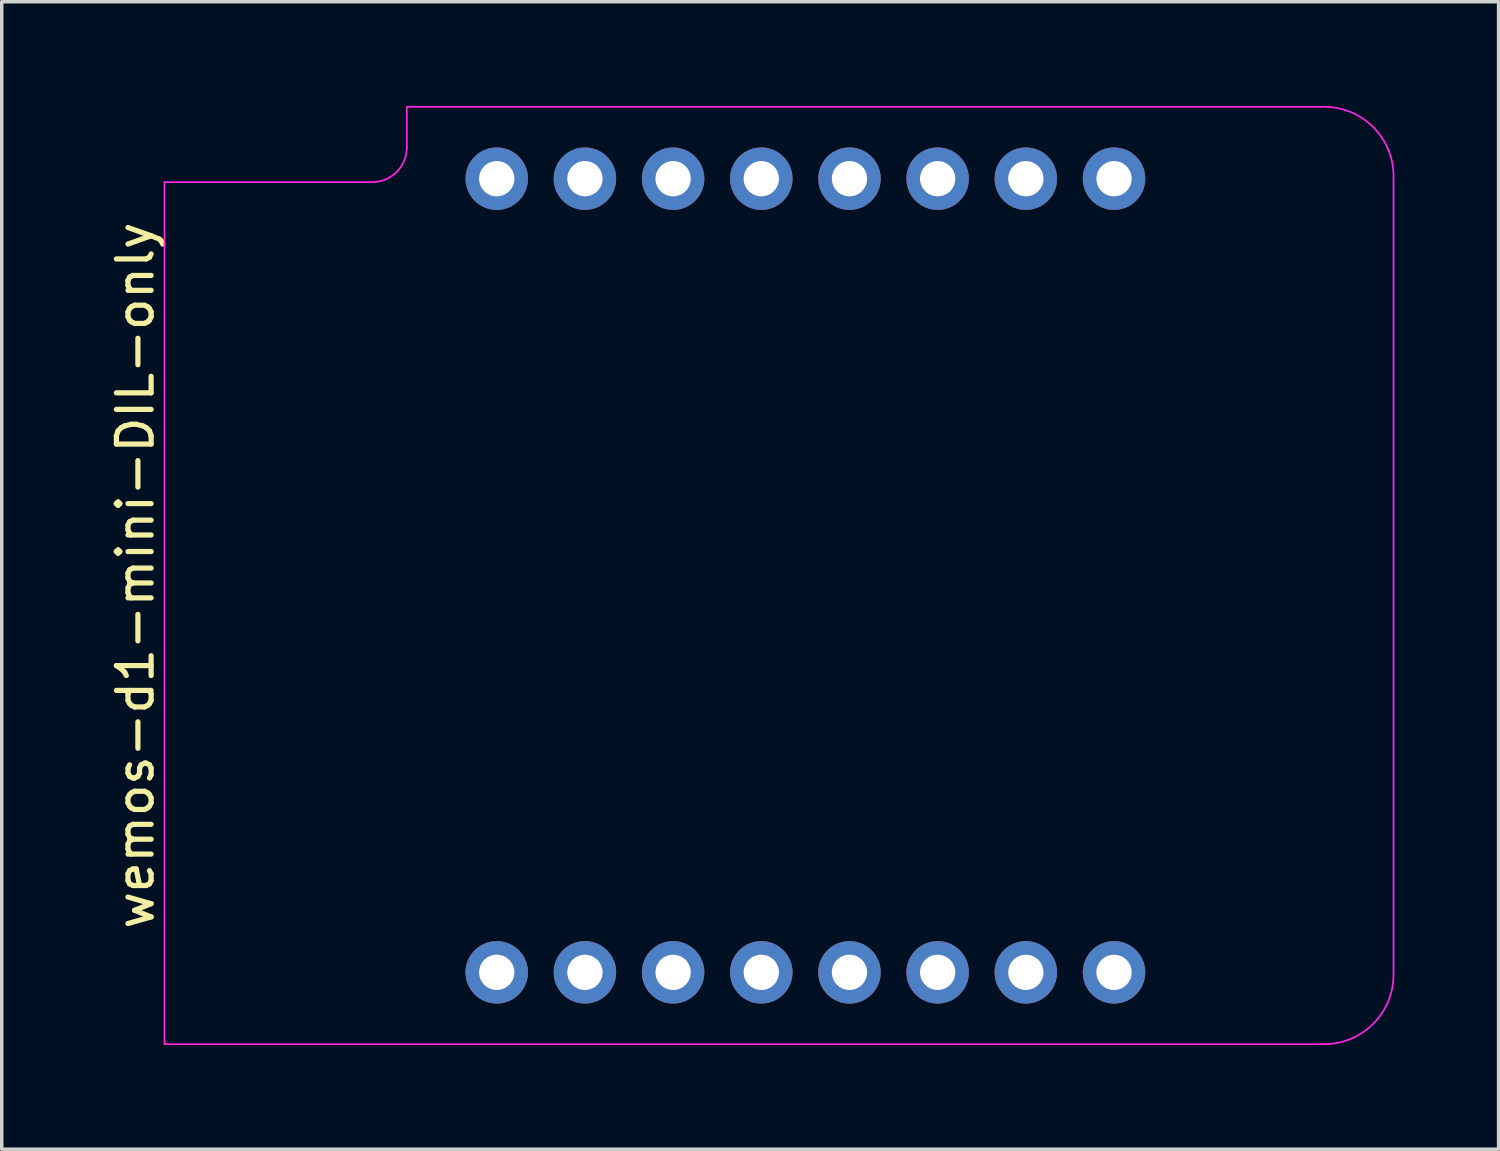
<source format=kicad_pcb>
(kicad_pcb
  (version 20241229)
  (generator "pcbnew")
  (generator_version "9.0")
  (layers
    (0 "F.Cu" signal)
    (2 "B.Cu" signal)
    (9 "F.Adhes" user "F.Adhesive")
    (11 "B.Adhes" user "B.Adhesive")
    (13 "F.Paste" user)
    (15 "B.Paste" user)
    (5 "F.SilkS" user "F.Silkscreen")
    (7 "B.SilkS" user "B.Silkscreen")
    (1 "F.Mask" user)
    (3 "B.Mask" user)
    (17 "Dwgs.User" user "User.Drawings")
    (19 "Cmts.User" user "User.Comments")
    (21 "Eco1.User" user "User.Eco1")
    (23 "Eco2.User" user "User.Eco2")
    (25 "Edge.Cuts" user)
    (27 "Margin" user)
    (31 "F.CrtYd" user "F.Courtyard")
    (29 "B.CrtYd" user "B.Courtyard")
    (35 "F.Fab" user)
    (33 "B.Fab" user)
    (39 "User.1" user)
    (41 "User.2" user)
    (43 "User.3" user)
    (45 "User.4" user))
  (footprint "wemos-d1-mini-DIL-only"
    (layer "F.Cu")
    (at 20.148 13.527)
    (property "Reference" "wemos-d1-mini-DIL-only" (at -19.3 0 90) (layer "F.SilkS") (effects (font (size 1 1) (thickness 0.15))))
    (attr through_hole)
    (fp_line (start -18.46 -11.33) (end -12.48 -11.33) (stroke (width 0.05) (type solid)) (layer "F.CrtYd"))
    (fp_line (start -18.46 13.5) (end -18.46 -11.33) (stroke (width 0.05) (type solid)) (layer "F.CrtYd"))
    (fp_line (start -11.48 -13.5) (end -11.48 -12.33) (stroke (width 0.05) (type solid)) (layer "F.CrtYd"))
    (fp_line (start -11.48 -13.5) (end 14.85 -13.5) (stroke (width 0.05) (type solid)) (layer "F.CrtYd"))
    (fp_line (start 14.94 13.5) (end -18.46 13.5) (stroke (width 0.05) (type solid)) (layer "F.CrtYd"))
    (fp_line (start 16.94 -11.5) (end 16.94 11.5) (stroke (width 0.05) (type solid)) (layer "F.CrtYd"))
    (fp_arc (start -11.48 -12.33) (mid -11.772893 -11.622893) (end -12.48 -11.33) (stroke (width 0.05) (type solid)) (layer "F.CrtYd"))
    (fp_arc (start 14.85 -13.5) (mid 16.323459 -12.947115) (end 16.942024 -11.5) (stroke (width 0.05) (type solid)) (layer "F.CrtYd"))
    (fp_arc (start 16.94 11.5) (mid 16.354214 12.914214) (end 14.94 13.5) (stroke (width 0.05) (type solid)) (layer "F.CrtYd"))
    (pad "1" thru_hole circle (at -8.89 11.43) (size 1.8 1.8) (drill 1.016) (layers "*.Cu" "*.Mask"))
    (pad "2" thru_hole circle (at -6.35 11.43) (size 1.8 1.8) (drill 1.016) (layers "*.Cu" "*.Mask"))
    (pad "3" thru_hole circle (at -3.81 11.43) (size 1.8 1.8) (drill 1.016) (layers "*.Cu" "*.Mask"))
    (pad "4" thru_hole circle (at -1.27 11.43) (size 1.8 1.8) (drill 1.016) (layers "*.Cu" "*.Mask"))
    (pad "5" thru_hole circle (at 1.27 11.43) (size 1.8 1.8) (drill 1.016) (layers "*.Cu" "*.Mask"))
    (pad "6" thru_hole circle (at 3.81 11.43) (size 1.8 1.8) (drill 1.016) (layers "*.Cu" "*.Mask"))
    (pad "7" thru_hole circle (at 6.35 11.43) (size 1.8 1.8) (drill 1.016) (layers "*.Cu" "*.Mask"))
    (pad "8" thru_hole circle (at 8.89 11.43) (size 1.8 1.8) (drill 1.016) (layers "*.Cu" "*.Mask"))
    (pad "9" thru_hole circle (at 8.89 -11.43) (size 1.8 1.8) (drill 1.016) (layers "*.Cu" "*.Mask"))
    (pad "10" thru_hole circle (at 6.35 -11.43) (size 1.8 1.8) (drill 1.016) (layers "*.Cu" "*.Mask"))
    (pad "11" thru_hole circle (at 3.81 -11.43) (size 1.8 1.8) (drill 1.016) (layers "*.Cu" "*.Mask"))
    (pad "12" thru_hole circle (at 1.27 -11.43) (size 1.8 1.8) (drill 1.016) (layers "*.Cu" "*.Mask"))
    (pad "13" thru_hole circle (at -1.27 -11.43) (size 1.8 1.8) (drill 1.016) (layers "*.Cu" "*.Mask"))
    (pad "14" thru_hole circle (at -3.81 -11.43) (size 1.8 1.8) (drill 1.016) (layers "*.Cu" "*.Mask"))
    (pad "15" thru_hole circle (at -6.35 -11.43) (size 1.8 1.8) (drill 1.016) (layers "*.Cu" "*.Mask"))
    (pad "16" thru_hole circle (at -8.89 -11.43) (size 1.8 1.8) (drill 1.016) (layers "*.Cu" "*.Mask")))
  (gr_rect
    (start -3 -3)
    (end 40.115 30.052)
    (stroke (width 0.1) (type default))
    (fill no)
    (layer "Edge.Cuts")))
</source>
